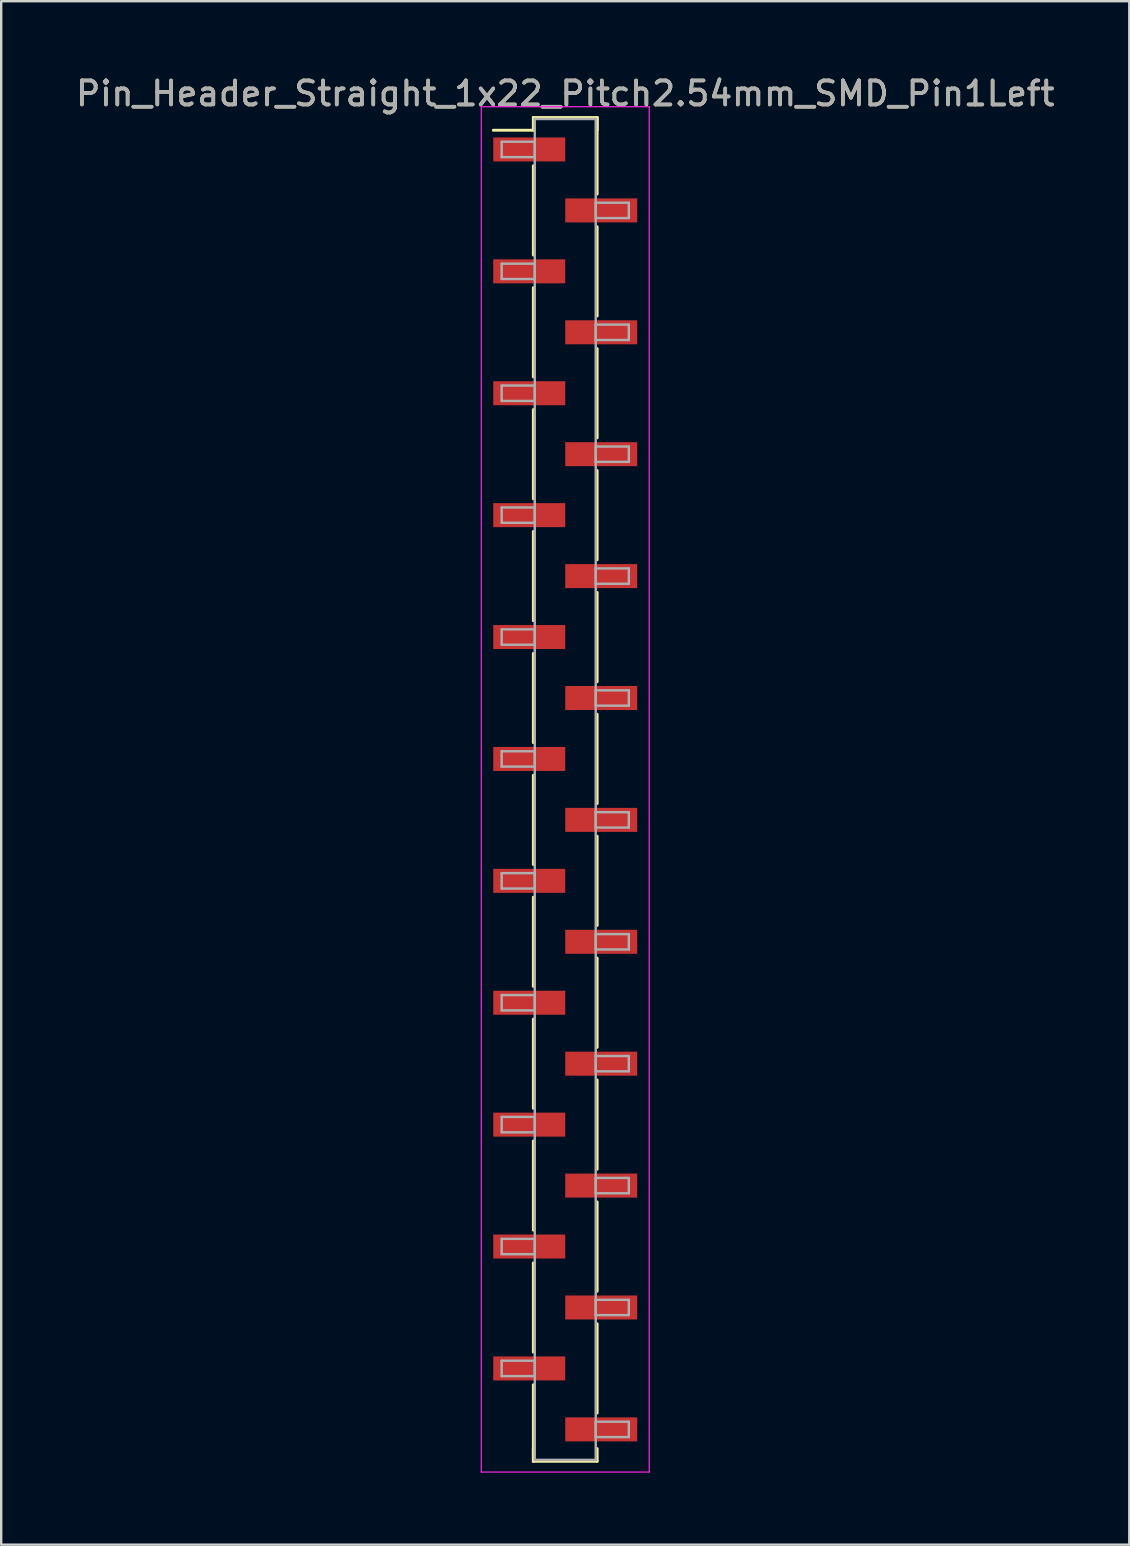
<source format=kicad_pcb>
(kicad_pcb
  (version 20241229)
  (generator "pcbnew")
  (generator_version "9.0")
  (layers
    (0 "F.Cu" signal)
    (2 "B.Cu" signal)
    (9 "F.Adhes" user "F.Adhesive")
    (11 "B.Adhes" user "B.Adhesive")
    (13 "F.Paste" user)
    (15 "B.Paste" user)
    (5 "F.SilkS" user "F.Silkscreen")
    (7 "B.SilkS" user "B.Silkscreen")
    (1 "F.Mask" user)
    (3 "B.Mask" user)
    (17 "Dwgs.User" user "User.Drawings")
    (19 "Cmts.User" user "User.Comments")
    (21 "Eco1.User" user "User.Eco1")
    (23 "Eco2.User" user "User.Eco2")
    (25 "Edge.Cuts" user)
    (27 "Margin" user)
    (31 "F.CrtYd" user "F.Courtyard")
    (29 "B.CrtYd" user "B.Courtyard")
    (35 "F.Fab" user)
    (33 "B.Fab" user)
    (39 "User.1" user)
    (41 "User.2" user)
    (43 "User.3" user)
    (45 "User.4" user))
  (footprint "Pin_Header_Straight_1x22_Pitch2.54mm_SMD_Pin1Left"
    (layer "F.Cu")
    (at 20.506 29.848)
    (property "Reference" "Pin_Header_Straight_1x22_Pitch2.54mm_SMD_Pin1Left" (at 0 -29 0) (layer "F.SilkS") (effects (font (size 1 1) (thickness 0.15))))
    (attr smd)
    (fp_line (start -1.33 -28) (end 1.33 -28) (stroke (width 0.12) (type solid)) (layer "F.SilkS"))
    (fp_line (start -1.33 -27.47) (end -3 -27.47) (stroke (width 0.12) (type solid)) (layer "F.SilkS"))
    (fp_line (start -1.33 -27.47) (end -1.33 -28) (stroke (width 0.12) (type solid)) (layer "F.SilkS"))
    (fp_line (start -1.33 -25.99) (end -1.33 -22.27) (stroke (width 0.12) (type solid)) (layer "F.SilkS"))
    (fp_line (start -1.33 -20.91) (end -1.33 -17.19) (stroke (width 0.12) (type solid)) (layer "F.SilkS"))
    (fp_line (start -1.33 -15.83) (end -1.33 -12.11) (stroke (width 0.12) (type solid)) (layer "F.SilkS"))
    (fp_line (start -1.33 -10.75) (end -1.33 -7.03) (stroke (width 0.12) (type solid)) (layer "F.SilkS"))
    (fp_line (start -1.33 -5.67) (end -1.33 -1.95) (stroke (width 0.12) (type solid)) (layer "F.SilkS"))
    (fp_line (start -1.33 -0.59) (end -1.33 3.13) (stroke (width 0.12) (type solid)) (layer "F.SilkS"))
    (fp_line (start -1.33 4.49) (end -1.33 8.21) (stroke (width 0.12) (type solid)) (layer "F.SilkS"))
    (fp_line (start -1.33 9.57) (end -1.33 13.29) (stroke (width 0.12) (type solid)) (layer "F.SilkS"))
    (fp_line (start -1.33 14.65) (end -1.33 18.37) (stroke (width 0.12) (type solid)) (layer "F.SilkS"))
    (fp_line (start -1.33 19.73) (end -1.33 23.45) (stroke (width 0.12) (type solid)) (layer "F.SilkS"))
    (fp_line (start -1.33 24.81) (end -1.33 28) (stroke (width 0.12) (type solid)) (layer "F.SilkS"))
    (fp_line (start -1.33 27.47) (end -1.33 28) (stroke (width 0.12) (type solid)) (layer "F.SilkS"))
    (fp_line (start -1.33 28) (end 1.33 28) (stroke (width 0.12) (type solid)) (layer "F.SilkS"))
    (fp_line (start 1.33 -28) (end 1.33 -27.47) (stroke (width 0.12) (type solid)) (layer "F.SilkS"))
    (fp_line (start 1.33 -28) (end 1.33 -24.81) (stroke (width 0.12) (type solid)) (layer "F.SilkS"))
    (fp_line (start 1.33 -23.45) (end 1.33 -19.73) (stroke (width 0.12) (type solid)) (layer "F.SilkS"))
    (fp_line (start 1.33 -18.37) (end 1.33 -14.65) (stroke (width 0.12) (type solid)) (layer "F.SilkS"))
    (fp_line (start 1.33 -13.29) (end 1.33 -9.57) (stroke (width 0.12) (type solid)) (layer "F.SilkS"))
    (fp_line (start 1.33 -8.21) (end 1.33 -4.49) (stroke (width 0.12) (type solid)) (layer "F.SilkS"))
    (fp_line (start 1.33 -3.13) (end 1.33 0.59) (stroke (width 0.12) (type solid)) (layer "F.SilkS"))
    (fp_line (start 1.33 1.95) (end 1.33 5.67) (stroke (width 0.12) (type solid)) (layer "F.SilkS"))
    (fp_line (start 1.33 7.03) (end 1.33 10.75) (stroke (width 0.12) (type solid)) (layer "F.SilkS"))
    (fp_line (start 1.33 12.11) (end 1.33 15.83) (stroke (width 0.12) (type solid)) (layer "F.SilkS"))
    (fp_line (start 1.33 17.19) (end 1.33 20.91) (stroke (width 0.12) (type solid)) (layer "F.SilkS"))
    (fp_line (start 1.33 22.27) (end 1.33 25.99) (stroke (width 0.12) (type solid)) (layer "F.SilkS"))
    (fp_line (start 1.33 28) (end 1.33 27.47) (stroke (width 0.12) (type solid)) (layer "F.SilkS"))
    (fp_line (start -3.5 -28.45) (end -3.5 28.45) (stroke (width 0.05) (type solid)) (layer "F.CrtYd"))
    (fp_line (start -3.5 28.45) (end 3.5 28.45) (stroke (width 0.05) (type solid)) (layer "F.CrtYd"))
    (fp_line (start 3.5 -28.45) (end -3.5 -28.45) (stroke (width 0.05) (type solid)) (layer "F.CrtYd"))
    (fp_line (start 3.5 28.45) (end 3.5 -28.45) (stroke (width 0.05) (type solid)) (layer "F.CrtYd"))
    (fp_line (start -2.65 -26.99) (end -1.27 -26.99) (stroke (width 0.1) (type solid)) (layer "F.Fab"))
    (fp_line (start -2.65 -26.35) (end -2.65 -26.99) (stroke (width 0.1) (type solid)) (layer "F.Fab"))
    (fp_line (start -2.65 -21.91) (end -1.27 -21.91) (stroke (width 0.1) (type solid)) (layer "F.Fab"))
    (fp_line (start -2.65 -21.27) (end -2.65 -21.91) (stroke (width 0.1) (type solid)) (layer "F.Fab"))
    (fp_line (start -2.65 -16.83) (end -1.27 -16.83) (stroke (width 0.1) (type solid)) (layer "F.Fab"))
    (fp_line (start -2.65 -16.19) (end -2.65 -16.83) (stroke (width 0.1) (type solid)) (layer "F.Fab"))
    (fp_line (start -2.65 -11.75) (end -1.27 -11.75) (stroke (width 0.1) (type solid)) (layer "F.Fab"))
    (fp_line (start -2.65 -11.11) (end -2.65 -11.75) (stroke (width 0.1) (type solid)) (layer "F.Fab"))
    (fp_line (start -2.65 -6.67) (end -1.27 -6.67) (stroke (width 0.1) (type solid)) (layer "F.Fab"))
    (fp_line (start -2.65 -6.03) (end -2.65 -6.67) (stroke (width 0.1) (type solid)) (layer "F.Fab"))
    (fp_line (start -2.65 -1.59) (end -1.27 -1.59) (stroke (width 0.1) (type solid)) (layer "F.Fab"))
    (fp_line (start -2.65 -0.95) (end -2.65 -1.59) (stroke (width 0.1) (type solid)) (layer "F.Fab"))
    (fp_line (start -2.65 3.49) (end -1.27 3.49) (stroke (width 0.1) (type solid)) (layer "F.Fab"))
    (fp_line (start -2.65 4.13) (end -2.65 3.49) (stroke (width 0.1) (type solid)) (layer "F.Fab"))
    (fp_line (start -2.65 8.57) (end -1.27 8.57) (stroke (width 0.1) (type solid)) (layer "F.Fab"))
    (fp_line (start -2.65 9.21) (end -2.65 8.57) (stroke (width 0.1) (type solid)) (layer "F.Fab"))
    (fp_line (start -2.65 13.65) (end -1.27 13.65) (stroke (width 0.1) (type solid)) (layer "F.Fab"))
    (fp_line (start -2.65 14.29) (end -2.65 13.65) (stroke (width 0.1) (type solid)) (layer "F.Fab"))
    (fp_line (start -2.65 18.73) (end -1.27 18.73) (stroke (width 0.1) (type solid)) (layer "F.Fab"))
    (fp_line (start -2.65 19.37) (end -2.65 18.73) (stroke (width 0.1) (type solid)) (layer "F.Fab"))
    (fp_line (start -2.65 23.81) (end -1.27 23.81) (stroke (width 0.1) (type solid)) (layer "F.Fab"))
    (fp_line (start -2.65 24.45) (end -2.65 23.81) (stroke (width 0.1) (type solid)) (layer "F.Fab"))
    (fp_line (start -1.27 -27.94) (end -1.27 27.94) (stroke (width 0.1) (type solid)) (layer "F.Fab"))
    (fp_line (start -1.27 -26.99) (end -1.27 -26.35) (stroke (width 0.1) (type solid)) (layer "F.Fab"))
    (fp_line (start -1.27 -26.35) (end -2.65 -26.35) (stroke (width 0.1) (type solid)) (layer "F.Fab"))
    (fp_line (start -1.27 -21.91) (end -1.27 -21.27) (stroke (width 0.1) (type solid)) (layer "F.Fab"))
    (fp_line (start -1.27 -21.27) (end -2.65 -21.27) (stroke (width 0.1) (type solid)) (layer "F.Fab"))
    (fp_line (start -1.27 -16.83) (end -1.27 -16.19) (stroke (width 0.1) (type solid)) (layer "F.Fab"))
    (fp_line (start -1.27 -16.19) (end -2.65 -16.19) (stroke (width 0.1) (type solid)) (layer "F.Fab"))
    (fp_line (start -1.27 -11.75) (end -1.27 -11.11) (stroke (width 0.1) (type solid)) (layer "F.Fab"))
    (fp_line (start -1.27 -11.11) (end -2.65 -11.11) (stroke (width 0.1) (type solid)) (layer "F.Fab"))
    (fp_line (start -1.27 -6.67) (end -1.27 -6.03) (stroke (width 0.1) (type solid)) (layer "F.Fab"))
    (fp_line (start -1.27 -6.03) (end -2.65 -6.03) (stroke (width 0.1) (type solid)) (layer "F.Fab"))
    (fp_line (start -1.27 -1.59) (end -1.27 -0.95) (stroke (width 0.1) (type solid)) (layer "F.Fab"))
    (fp_line (start -1.27 -0.95) (end -2.65 -0.95) (stroke (width 0.1) (type solid)) (layer "F.Fab"))
    (fp_line (start -1.27 3.49) (end -1.27 4.13) (stroke (width 0.1) (type solid)) (layer "F.Fab"))
    (fp_line (start -1.27 4.13) (end -2.65 4.13) (stroke (width 0.1) (type solid)) (layer "F.Fab"))
    (fp_line (start -1.27 8.57) (end -1.27 9.21) (stroke (width 0.1) (type solid)) (layer "F.Fab"))
    (fp_line (start -1.27 9.21) (end -2.65 9.21) (stroke (width 0.1) (type solid)) (layer "F.Fab"))
    (fp_line (start -1.27 13.65) (end -1.27 14.29) (stroke (width 0.1) (type solid)) (layer "F.Fab"))
    (fp_line (start -1.27 14.29) (end -2.65 14.29) (stroke (width 0.1) (type solid)) (layer "F.Fab"))
    (fp_line (start -1.27 18.73) (end -1.27 19.37) (stroke (width 0.1) (type solid)) (layer "F.Fab"))
    (fp_line (start -1.27 19.37) (end -2.65 19.37) (stroke (width 0.1) (type solid)) (layer "F.Fab"))
    (fp_line (start -1.27 23.81) (end -1.27 24.45) (stroke (width 0.1) (type solid)) (layer "F.Fab"))
    (fp_line (start -1.27 24.45) (end -2.65 24.45) (stroke (width 0.1) (type solid)) (layer "F.Fab"))
    (fp_line (start -1.27 27.94) (end 1.27 27.94) (stroke (width 0.1) (type solid)) (layer "F.Fab"))
    (fp_line (start 1.27 -27.94) (end -1.27 -27.94) (stroke (width 0.1) (type solid)) (layer "F.Fab"))
    (fp_line (start 1.27 -24.45) (end 1.27 -23.81) (stroke (width 0.1) (type solid)) (layer "F.Fab"))
    (fp_line (start 1.27 -23.81) (end 2.65 -23.81) (stroke (width 0.1) (type solid)) (layer "F.Fab"))
    (fp_line (start 1.27 -19.37) (end 1.27 -18.73) (stroke (width 0.1) (type solid)) (layer "F.Fab"))
    (fp_line (start 1.27 -18.73) (end 2.65 -18.73) (stroke (width 0.1) (type solid)) (layer "F.Fab"))
    (fp_line (start 1.27 -14.29) (end 1.27 -13.65) (stroke (width 0.1) (type solid)) (layer "F.Fab"))
    (fp_line (start 1.27 -13.65) (end 2.65 -13.65) (stroke (width 0.1) (type solid)) (layer "F.Fab"))
    (fp_line (start 1.27 -9.21) (end 1.27 -8.57) (stroke (width 0.1) (type solid)) (layer "F.Fab"))
    (fp_line (start 1.27 -8.57) (end 2.65 -8.57) (stroke (width 0.1) (type solid)) (layer "F.Fab"))
    (fp_line (start 1.27 -4.13) (end 1.27 -3.49) (stroke (width 0.1) (type solid)) (layer "F.Fab"))
    (fp_line (start 1.27 -3.49) (end 2.65 -3.49) (stroke (width 0.1) (type solid)) (layer "F.Fab"))
    (fp_line (start 1.27 0.95) (end 1.27 1.59) (stroke (width 0.1) (type solid)) (layer "F.Fab"))
    (fp_line (start 1.27 1.59) (end 2.65 1.59) (stroke (width 0.1) (type solid)) (layer "F.Fab"))
    (fp_line (start 1.27 6.03) (end 1.27 6.67) (stroke (width 0.1) (type solid)) (layer "F.Fab"))
    (fp_line (start 1.27 6.67) (end 2.65 6.67) (stroke (width 0.1) (type solid)) (layer "F.Fab"))
    (fp_line (start 1.27 11.11) (end 1.27 11.75) (stroke (width 0.1) (type solid)) (layer "F.Fab"))
    (fp_line (start 1.27 11.75) (end 2.65 11.75) (stroke (width 0.1) (type solid)) (layer "F.Fab"))
    (fp_line (start 1.27 16.19) (end 1.27 16.83) (stroke (width 0.1) (type solid)) (layer "F.Fab"))
    (fp_line (start 1.27 16.83) (end 2.65 16.83) (stroke (width 0.1) (type solid)) (layer "F.Fab"))
    (fp_line (start 1.27 21.27) (end 1.27 21.91) (stroke (width 0.1) (type solid)) (layer "F.Fab"))
    (fp_line (start 1.27 21.91) (end 2.65 21.91) (stroke (width 0.1) (type solid)) (layer "F.Fab"))
    (fp_line (start 1.27 26.35) (end 1.27 26.99) (stroke (width 0.1) (type solid)) (layer "F.Fab"))
    (fp_line (start 1.27 26.99) (end 2.65 26.99) (stroke (width 0.1) (type solid)) (layer "F.Fab"))
    (fp_line (start 1.27 27.94) (end 1.27 -27.94) (stroke (width 0.1) (type solid)) (layer "F.Fab"))
    (fp_line (start 2.65 -24.45) (end 1.27 -24.45) (stroke (width 0.1) (type solid)) (layer "F.Fab"))
    (fp_line (start 2.65 -23.81) (end 2.65 -24.45) (stroke (width 0.1) (type solid)) (layer "F.Fab"))
    (fp_line (start 2.65 -19.37) (end 1.27 -19.37) (stroke (width 0.1) (type solid)) (layer "F.Fab"))
    (fp_line (start 2.65 -18.73) (end 2.65 -19.37) (stroke (width 0.1) (type solid)) (layer "F.Fab"))
    (fp_line (start 2.65 -14.29) (end 1.27 -14.29) (stroke (width 0.1) (type solid)) (layer "F.Fab"))
    (fp_line (start 2.65 -13.65) (end 2.65 -14.29) (stroke (width 0.1) (type solid)) (layer "F.Fab"))
    (fp_line (start 2.65 -9.21) (end 1.27 -9.21) (stroke (width 0.1) (type solid)) (layer "F.Fab"))
    (fp_line (start 2.65 -8.57) (end 2.65 -9.21) (stroke (width 0.1) (type solid)) (layer "F.Fab"))
    (fp_line (start 2.65 -4.13) (end 1.27 -4.13) (stroke (width 0.1) (type solid)) (layer "F.Fab"))
    (fp_line (start 2.65 -3.49) (end 2.65 -4.13) (stroke (width 0.1) (type solid)) (layer "F.Fab"))
    (fp_line (start 2.65 0.95) (end 1.27 0.95) (stroke (width 0.1) (type solid)) (layer "F.Fab"))
    (fp_line (start 2.65 1.59) (end 2.65 0.95) (stroke (width 0.1) (type solid)) (layer "F.Fab"))
    (fp_line (start 2.65 6.03) (end 1.27 6.03) (stroke (width 0.1) (type solid)) (layer "F.Fab"))
    (fp_line (start 2.65 6.67) (end 2.65 6.03) (stroke (width 0.1) (type solid)) (layer "F.Fab"))
    (fp_line (start 2.65 11.11) (end 1.27 11.11) (stroke (width 0.1) (type solid)) (layer "F.Fab"))
    (fp_line (start 2.65 11.75) (end 2.65 11.11) (stroke (width 0.1) (type solid)) (layer "F.Fab"))
    (fp_line (start 2.65 16.19) (end 1.27 16.19) (stroke (width 0.1) (type solid)) (layer "F.Fab"))
    (fp_line (start 2.65 16.83) (end 2.65 16.19) (stroke (width 0.1) (type solid)) (layer "F.Fab"))
    (fp_line (start 2.65 21.27) (end 1.27 21.27) (stroke (width 0.1) (type solid)) (layer "F.Fab"))
    (fp_line (start 2.65 21.91) (end 2.65 21.27) (stroke (width 0.1) (type solid)) (layer "F.Fab"))
    (fp_line (start 2.65 26.35) (end 1.27 26.35) (stroke (width 0.1) (type solid)) (layer "F.Fab"))
    (fp_line (start 2.65 26.99) (end 2.65 26.35) (stroke (width 0.1) (type solid)) (layer "F.Fab"))
    (fp_text user "${REFERENCE}" (at 0 -29 0) (layer "F.Fab") (effects (font (size 1 1) (thickness 0.15))))
    (pad "1" smd rect (at -1.5 -26.67) (size 3 1) (layers "F.Cu" "F.Mask" "F.Paste"))
    (pad "2" smd rect (at 1.5 -24.13) (size 3 1) (layers "F.Cu" "F.Mask" "F.Paste"))
    (pad "3" smd rect (at -1.5 -21.59) (size 3 1) (layers "F.Cu" "F.Mask" "F.Paste"))
    (pad "4" smd rect (at 1.5 -19.05) (size 3 1) (layers "F.Cu" "F.Mask" "F.Paste"))
    (pad "5" smd rect (at -1.5 -16.51) (size 3 1) (layers "F.Cu" "F.Mask" "F.Paste"))
    (pad "6" smd rect (at 1.5 -13.97) (size 3 1) (layers "F.Cu" "F.Mask" "F.Paste"))
    (pad "7" smd rect (at -1.5 -11.43) (size 3 1) (layers "F.Cu" "F.Mask" "F.Paste"))
    (pad "8" smd rect (at 1.5 -8.89) (size 3 1) (layers "F.Cu" "F.Mask" "F.Paste"))
    (pad "9" smd rect (at -1.5 -6.35) (size 3 1) (layers "F.Cu" "F.Mask" "F.Paste"))
    (pad "10" smd rect (at 1.5 -3.81) (size 3 1) (layers "F.Cu" "F.Mask" "F.Paste"))
    (pad "11" smd rect (at -1.5 -1.27) (size 3 1) (layers "F.Cu" "F.Mask" "F.Paste"))
    (pad "12" smd rect (at 1.5 1.27) (size 3 1) (layers "F.Cu" "F.Mask" "F.Paste"))
    (pad "13" smd rect (at -1.5 3.81) (size 3 1) (layers "F.Cu" "F.Mask" "F.Paste"))
    (pad "14" smd rect (at 1.5 6.35) (size 3 1) (layers "F.Cu" "F.Mask" "F.Paste"))
    (pad "15" smd rect (at -1.5 8.89) (size 3 1) (layers "F.Cu" "F.Mask" "F.Paste"))
    (pad "16" smd rect (at 1.5 11.43) (size 3 1) (layers "F.Cu" "F.Mask" "F.Paste"))
    (pad "17" smd rect (at -1.5 13.97) (size 3 1) (layers "F.Cu" "F.Mask" "F.Paste"))
    (pad "18" smd rect (at 1.5 16.51) (size 3 1) (layers "F.Cu" "F.Mask" "F.Paste"))
    (pad "19" smd rect (at -1.5 19.05) (size 3 1) (layers "F.Cu" "F.Mask" "F.Paste"))
    (pad "20" smd rect (at 1.5 21.59) (size 3 1) (layers "F.Cu" "F.Mask" "F.Paste"))
    (pad "21" smd rect (at -1.5 24.13) (size 3 1) (layers "F.Cu" "F.Mask" "F.Paste"))
    (pad "22" smd rect (at 1.5 26.67) (size 3 1) (layers "F.Cu" "F.Mask" "F.Paste")))
  (gr_rect
    (start -3 -3)
    (end 44.012 61.323)
    (stroke (width 0.1) (type default))
    (fill no)
    (layer "Edge.Cuts")))
</source>
